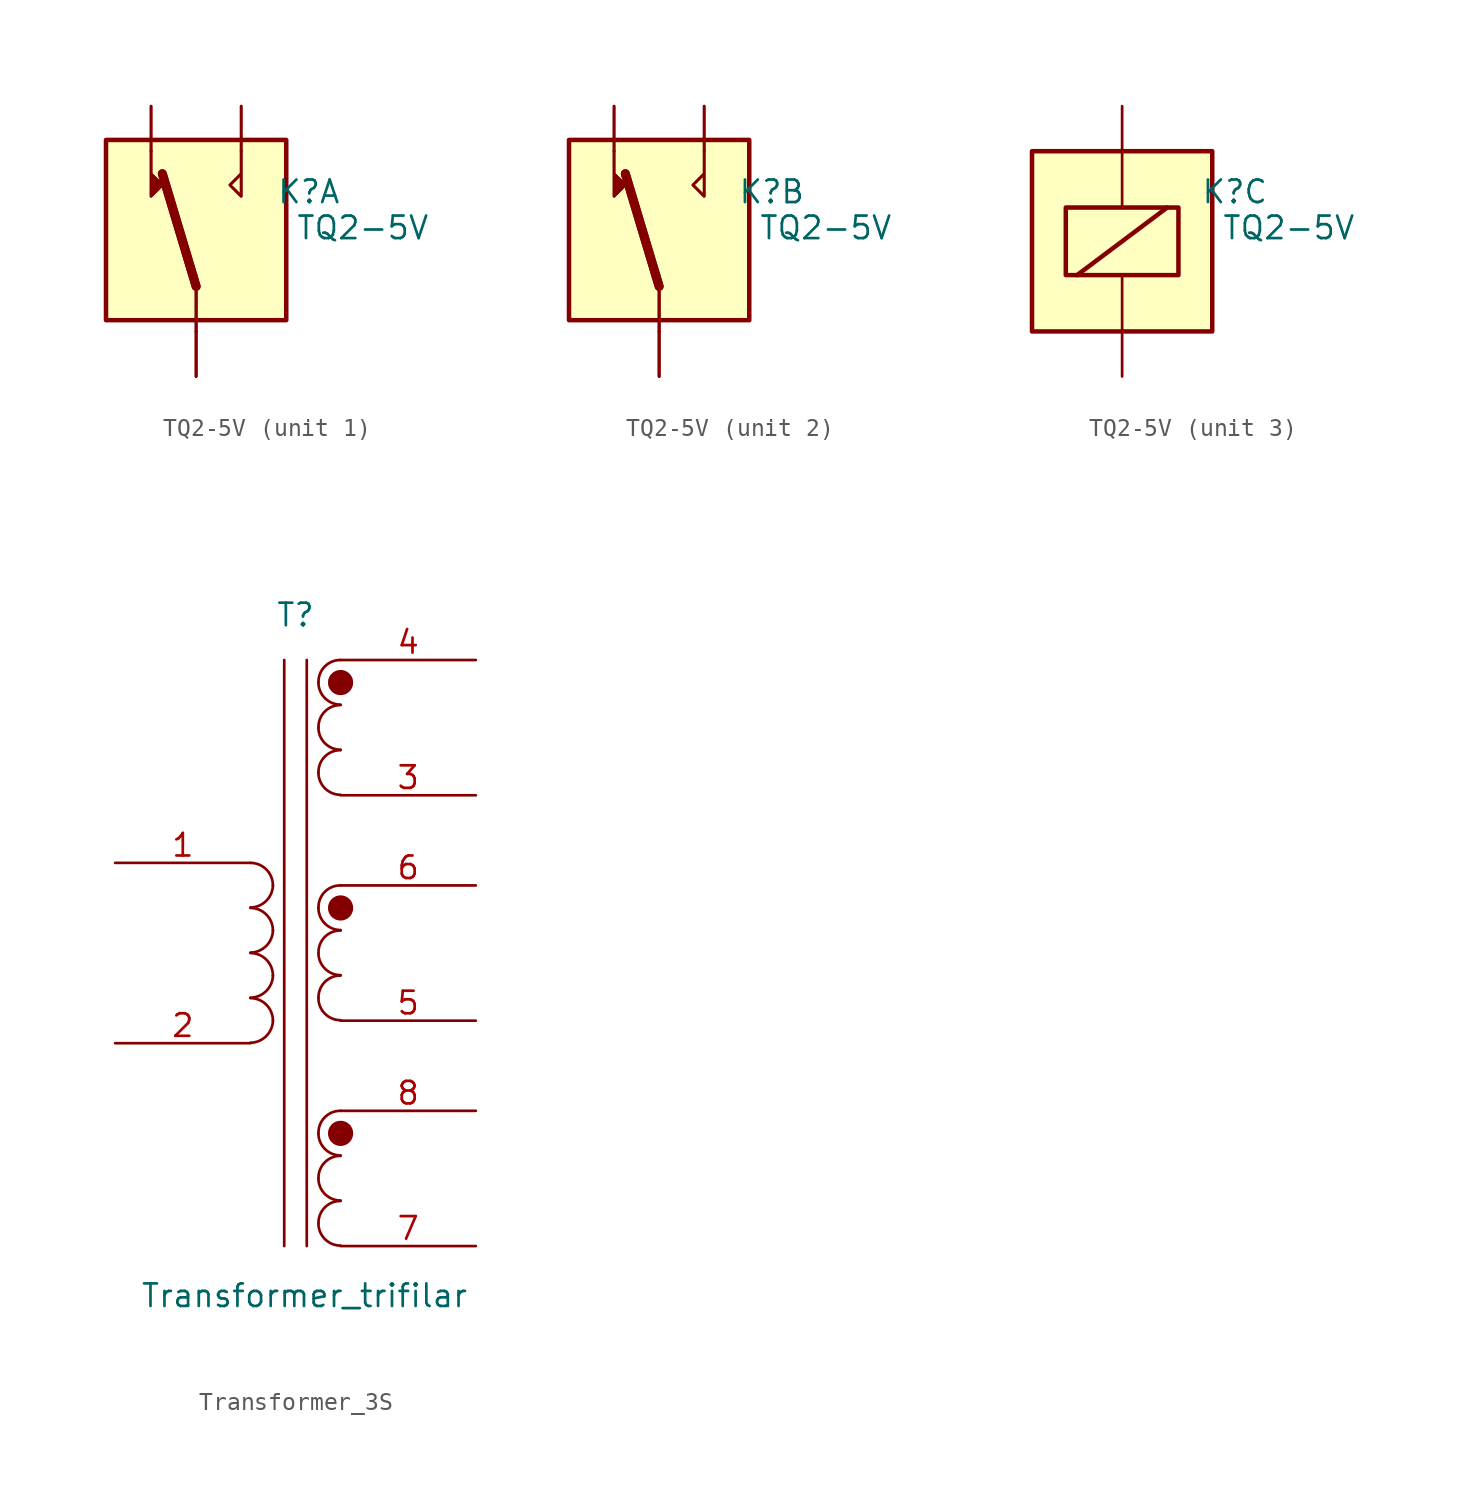
<source format=kicad_sym>
(kicad_symbol_lib
  (version 20241209)
  (generator "kicad_symbol_editor")
  (generator_version "9.0")
  (symbol "TQ2-5V"
    (pin_numbers
      (hide yes))
    (pin_names
      (hide yes))
    (property "Reference" "K"
      (at 6.35 2.794 0)
      (effects (font (size 1.27 1.27))))
    (property "Value" "TQ2-5V"
      (at 9.398 0.762 0)
      (effects (font (size 1.27 1.27))))
    (property "ki_locked" ""
      (at 0 0 0)
      (effects (font (size 1.27 1.27))))
    (symbol "TQ2-5V_1_1"
      (rectangle (start -5.08 5.715) (end 5.08 -4.445) (stroke (width 0.254) (type default)) (fill (type background)))
      (polyline (pts (xy -2.54 5.08) (xy -2.54 2.54) (xy -1.905 3.175) (xy -2.54 3.81)) (stroke (width 0) (type default)) (fill (type outline)))
      (polyline (pts (xy -2.54 5.08) (xy -2.54 2.54) (xy -1.905 3.175) (xy -2.54 3.81)) (stroke (width 0) (type default)) (fill (type outline)))
      (polyline (pts (xy 0 -2.54) (xy -1.905 3.81)) (stroke (width 0.508) (type default)) (fill (type none)))
      (polyline (pts (xy 0 -2.54) (xy -1.905 3.81)) (stroke (width 0.508) (type default)) (fill (type none)))
      (polyline (pts (xy 0 -2.54) (xy 0 -5.08)) (stroke (width 0) (type default)) (fill (type none)))
      (polyline (pts (xy 0 -2.54) (xy 0 -5.08)) (stroke (width 0) (type default)) (fill (type none)))
      (polyline (pts (xy 0 -5.08) (xy 0 -1.905)) (stroke (width 0) (type default)) (fill (type none)))
      (polyline (pts (xy 2.54 5.08) (xy 2.54 2.54) (xy 1.905 3.175) (xy 2.54 3.81)) (stroke (width 0) (type default)) (fill (type none)))
      (polyline (pts (xy 2.54 5.08) (xy 2.54 2.54) (xy 1.905 3.175) (xy 2.54 3.81)) (stroke (width 0) (type default)) (fill (type none)))
      (pin passive line (at -2.54 7.62 270) (length 2.54) (name "NC1" (effects (font (size 1.27 1.27)))) (number "5" (effects (font (size 1.27 1.27)))))
      (pin passive line (at -2.54 7.62 270) (length 2.54) (name "~" (effects (font (size 1.27 1.27)))) (number "6" (effects (font (size 1.27 1.27)))))
      (pin passive line (at 0 -7.62 90) (length 2.54) (name "~" (effects (font (size 1.27 1.27)))) (number "16" (effects (font (size 1.27 1.27)))))
      (pin passive line (at 0 -7.62 90) (length 2.54) (name "T1" (effects (font (size 1.27 1.27)))) (number "3" (effects (font (size 1.27 1.27)))))
      (pin passive line (at 0 -7.62 90) (length 2.54) (name "~" (effects (font (size 1.27 1.27)))) (number "4" (effects (font (size 1.27 1.27)))))
      (pin passive line (at 2.54 7.62 270) (length 2.54) (name "NO1" (effects (font (size 1.27 1.27)))) (number "4" (effects (font (size 1.27 1.27)))))
      (pin passive line (at 2.54 7.62 270) (length 2.54) (name "~" (effects (font (size 1.27 1.27)))) (number "9" (effects (font (size 1.27 1.27))))))
    (symbol "TQ2-5V_2_1"
      (rectangle (start -5.08 5.715) (end 5.08 -4.445) (stroke (width 0.254) (type default)) (fill (type background)))
      (polyline (pts (xy -2.54 5.08) (xy -2.54 2.54) (xy -1.905 3.175) (xy -2.54 3.81)) (stroke (width 0) (type default)) (fill (type outline)))
      (polyline (pts (xy -2.54 5.08) (xy -2.54 2.54) (xy -1.905 3.175) (xy -2.54 3.81)) (stroke (width 0) (type default)) (fill (type outline)))
      (polyline (pts (xy 0 -2.54) (xy -1.905 3.81)) (stroke (width 0.508) (type default)) (fill (type none)))
      (polyline (pts (xy 0 -2.54) (xy -1.905 3.81)) (stroke (width 0.508) (type default)) (fill (type none)))
      (polyline (pts (xy 0 -2.54) (xy 0 -5.08)) (stroke (width 0) (type default)) (fill (type none)))
      (polyline (pts (xy 0 -2.54) (xy 0 -5.08)) (stroke (width 0) (type default)) (fill (type none)))
      (polyline (pts (xy 0 -5.08) (xy 0 -1.905)) (stroke (width 0) (type default)) (fill (type none)))
      (polyline (pts (xy 2.54 5.08) (xy 2.54 2.54) (xy 1.905 3.175) (xy 2.54 3.81)) (stroke (width 0) (type default)) (fill (type none)))
      (polyline (pts (xy 2.54 5.08) (xy 2.54 2.54) (xy 1.905 3.175) (xy 2.54 3.81)) (stroke (width 0) (type default)) (fill (type none)))
      (pin passive line (at -2.54 7.62 270) (length 2.54) (name "~" (effects (font (size 1.27 1.27)))) (number "6" (effects (font (size 1.27 1.27)))))
      (pin passive line (at -2.54 7.62 270) (length 2.54) (name "NC2" (effects (font (size 1.27 1.27)))) (number "8" (effects (font (size 1.27 1.27)))))
      (pin passive line (at 0 -7.62 90) (length 2.54) (name "~" (effects (font (size 1.27 1.27)))) (number "16" (effects (font (size 1.27 1.27)))))
      (pin passive line (at 0 -7.62 90) (length 2.54) (name "~" (effects (font (size 1.27 1.27)))) (number "4" (effects (font (size 1.27 1.27)))))
      (pin passive line (at 0 -7.62 90) (length 2.54) (name "T2" (effects (font (size 1.27 1.27)))) (number "6" (effects (font (size 1.27 1.27)))))
      (pin passive line (at 2.54 7.62 270) (length 2.54) (name "NO2" (effects (font (size 1.27 1.27)))) (number "9" (effects (font (size 1.27 1.27)))))
      (pin passive line (at 2.54 7.62 270) (length 2.54) (name "~" (effects (font (size 1.27 1.27)))) (number "9" (effects (font (size 1.27 1.27))))))
    (symbol "TQ2-5V_3_1"
      (rectangle (start -5.08 5.08) (end 5.08 -5.08) (stroke (width 0.254) (type default)) (fill (type background)))
      (rectangle (start -3.175 1.905) (end 3.175 -1.905) (stroke (width 0.254) (type default)) (fill (type none)))
      (polyline (pts (xy -2.54 -1.905) (xy 2.54 1.905)) (stroke (width 0.254) (type default)) (fill (type none)))
      (polyline (pts (xy 0 5.08) (xy 0 1.905)) (stroke (width 0) (type default)) (fill (type none)))
      (polyline (pts (xy 0 -5.08) (xy 0 -1.905)) (stroke (width 0) (type default)) (fill (type none)))
      (pin passive line (at 0 7.62 270) (length 2.54) (name "C1" (effects (font (size 1.27 1.27)))) (number "9" (effects (font (size 1.27 1.27)))))
      (pin passive line (at 0 -7.62 90) (length 2.54) (name "C2" (effects (font (size 1.27 1.27)))) (number "10" (effects (font (size 1.27 1.27)))))))
  (symbol "Transformer_3S"
    (pin_names
      (offset 1.016)
      (hide yes))
    (property "Reference" "T"
      (at 0 12.7 0)
      (effects (font (size 1.27 1.27))))
    (property "Value" "Transformer_trifilar"
      (at 0.508 -25.654 0)
      (effects (font (size 1.27 1.27))))
    (symbol "Transformer_3S_0_1"
      (arc (start -1.27 -2.54) (mid -1.656 -3.4164) (end -2.54 -3.7846) (stroke (width 0) (type default)) (fill (type none)))
      (arc (start -1.27 -5.08) (mid -1.656 -5.9564) (end -2.54 -6.3246) (stroke (width 0) (type default)) (fill (type none)))
      (arc (start -1.27 -7.62) (mid -1.656 -8.4964) (end -2.54 -8.8646) (stroke (width 0) (type default)) (fill (type none)))
      (arc (start -1.27 -10.16) (mid -1.656 -11.0364) (end -2.54 -11.4046) (stroke (width 0) (type default)) (fill (type none)))
      (arc (start -2.54 -1.27) (mid -1.642 -1.642) (end -1.27 -2.54) (stroke (width 0) (type default)) (fill (type none)))
      (arc (start -2.54 -3.81) (mid -1.642 -4.182) (end -1.27 -5.08) (stroke (width 0) (type default)) (fill (type none)))
      (arc (start -2.54 -6.35) (mid -1.642 -6.722) (end -1.27 -7.62) (stroke (width 0) (type default)) (fill (type none)))
      (arc (start -2.54 -8.89) (mid -1.642 -9.262) (end -1.27 -10.16) (stroke (width 0) (type default)) (fill (type none)))
      (polyline (pts (xy -0.635 -22.86) (xy -0.635 10.16)) (stroke (width 0) (type default)) (fill (type none)))
      (polyline (pts (xy 0.635 10.16) (xy 0.635 -22.86)) (stroke (width 0) (type default)) (fill (type none)))
      (arc (start 1.2954 8.89) (mid 1.6457 9.7917) (end 2.54 10.16) (stroke (width 0) (type default)) (fill (type none)))
      (arc (start 1.2954 6.35) (mid 1.6457 7.2517) (end 2.54 7.62) (stroke (width 0) (type default)) (fill (type none)))
      (arc (start 1.2954 3.81) (mid 1.6457 4.7117) (end 2.54 5.08) (stroke (width 0) (type default)) (fill (type none)))
      (arc (start 1.2954 -3.81) (mid 1.6457 -2.9083) (end 2.54 -2.54) (stroke (width 0) (type default)) (fill (type none)))
      (arc (start 1.2954 -6.35) (mid 1.6457 -5.4483) (end 2.54 -5.08) (stroke (width 0) (type default)) (fill (type none)))
      (arc (start 1.2954 -8.89) (mid 1.6457 -7.9883) (end 2.54 -7.62) (stroke (width 0) (type default)) (fill (type none)))
      (arc (start 1.2954 -16.51) (mid 1.6457 -15.6083) (end 2.54 -15.24) (stroke (width 0) (type default)) (fill (type none)))
      (arc (start 1.2954 -19.05) (mid 1.6457 -18.1483) (end 2.54 -17.78) (stroke (width 0) (type default)) (fill (type none)))
      (arc (start 1.2954 -21.59) (mid 1.6457 -20.6883) (end 2.54 -20.32) (stroke (width 0) (type default)) (fill (type none)))
      (arc (start 2.54 7.6454) (mid 1.6599 8.0099) (end 1.2954 8.89) (stroke (width 0) (type default)) (fill (type none)))
      (arc (start 2.54 5.1054) (mid 1.6599 5.4699) (end 1.2954 6.35) (stroke (width 0) (type default)) (fill (type none)))
      (arc (start 2.54 2.5654) (mid 1.6599 2.9299) (end 1.2954 3.81) (stroke (width 0) (type default)) (fill (type none)))
      (arc (start 2.54 -5.0546) (mid 1.6599 -4.6901) (end 1.2954 -3.81) (stroke (width 0) (type default)) (fill (type none)))
      (arc (start 2.54 -7.5946) (mid 1.6599 -7.2301) (end 1.2954 -6.35) (stroke (width 0) (type default)) (fill (type none)))
      (arc (start 2.54 -10.1346) (mid 1.6599 -9.7701) (end 1.2954 -8.89) (stroke (width 0) (type default)) (fill (type none)))
      (arc (start 2.54 -17.7546) (mid 1.6599 -17.3901) (end 1.2954 -16.51) (stroke (width 0) (type default)) (fill (type none)))
      (arc (start 2.54 -20.2946) (mid 1.6599 -19.9301) (end 1.2954 -19.05) (stroke (width 0) (type default)) (fill (type none)))
      (arc (start 2.54 -22.8346) (mid 1.6599 -22.4701) (end 1.2954 -21.59) (stroke (width 0) (type default)) (fill (type none))))
    (symbol "Transformer_3S_1_1"
      (circle (center 2.54 8.89) (radius 0.635) (stroke (width 0) (type solid)) (fill (type outline)))
      (circle (center 2.54 -3.81) (radius 0.635) (stroke (width 0) (type solid)) (fill (type outline)))
      (circle (center 2.54 -16.51) (radius 0.635) (stroke (width 0) (type solid)) (fill (type outline)))
      (pin passive line (at -10.16 -1.27 0) (length 7.62) (name "IN+" (effects (font (size 1.27 1.27)))) (number "1" (effects (font (size 1.27 1.27)))))
      (pin passive line (at -10.16 -11.43 0) (length 7.62) (name "IN-" (effects (font (size 1.27 1.27)))) (number "2" (effects (font (size 1.27 1.27)))))
      (pin passive line (at 10.16 10.16 180) (length 7.62) (name "OUT1A" (effects (font (size 1.27 1.27)))) (number "4" (effects (font (size 1.27 1.27)))))
      (pin passive line (at 10.16 2.54 180) (length 7.62) (name "OUT1B" (effects (font (size 1.27 1.27)))) (number "3" (effects (font (size 1.27 1.27)))))
      (pin passive line (at 10.16 -2.54 180) (length 7.62) (name "OUT2A" (effects (font (size 1.27 1.27)))) (number "6" (effects (font (size 1.27 1.27)))))
      (pin passive line (at 10.16 -10.16 180) (length 7.62) (name "OUT2B" (effects (font (size 1.27 1.27)))) (number "5" (effects (font (size 1.27 1.27)))))
      (pin passive line (at 10.16 -15.24 180) (length 7.62) (name "OUT2A" (effects (font (size 1.27 1.27)))) (number "8" (effects (font (size 1.27 1.27)))))
      (pin passive line (at 10.16 -22.86 180) (length 7.62) (name "OUT2B" (effects (font (size 1.27 1.27)))) (number "7" (effects (font (size 1.27 1.27))))))))
</source>
